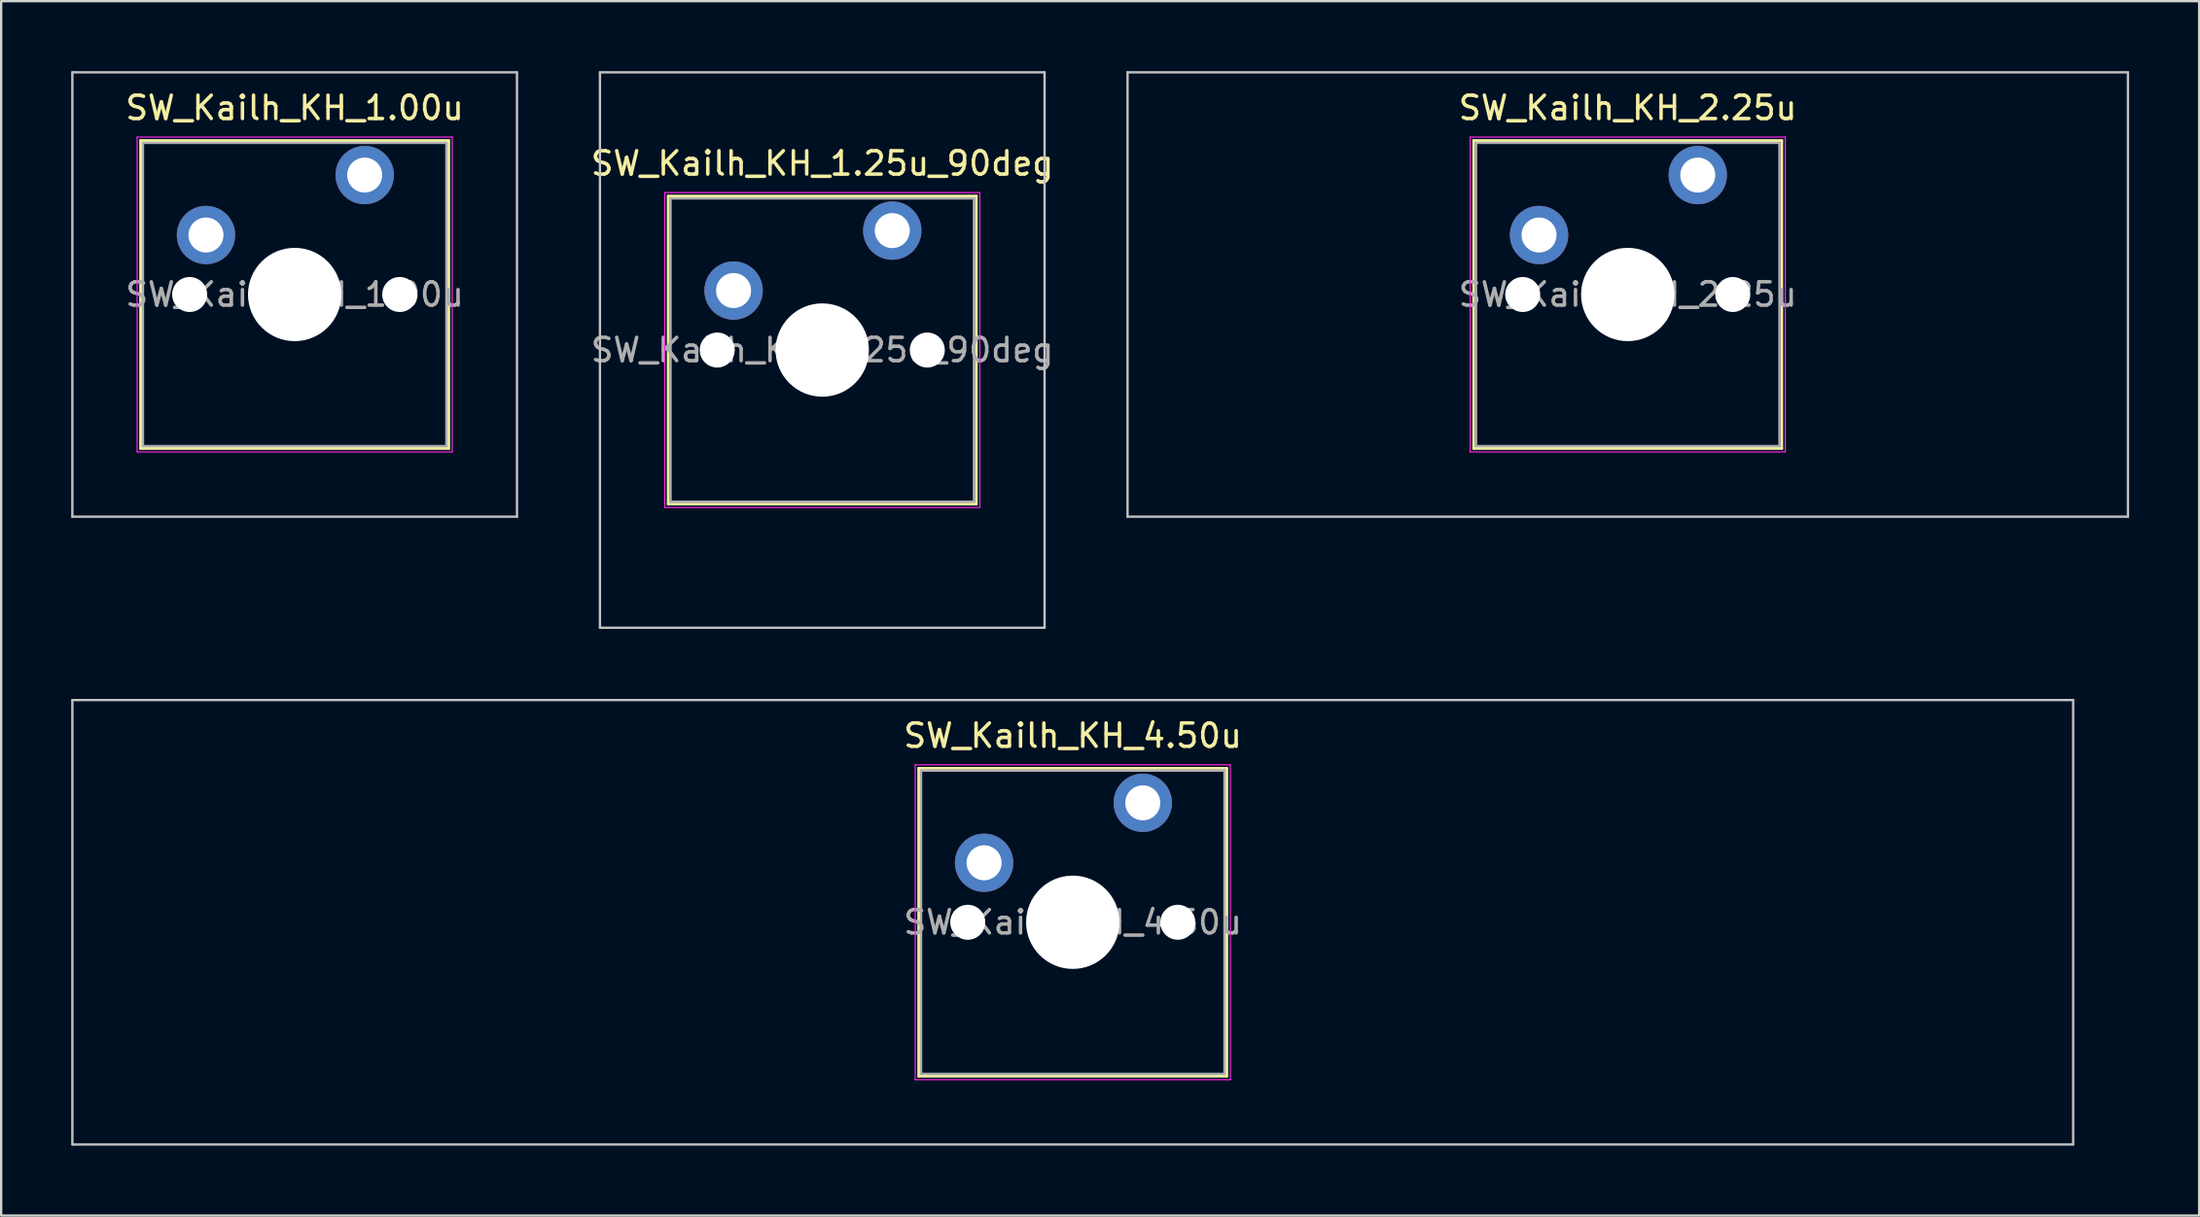
<source format=kicad_pcb>
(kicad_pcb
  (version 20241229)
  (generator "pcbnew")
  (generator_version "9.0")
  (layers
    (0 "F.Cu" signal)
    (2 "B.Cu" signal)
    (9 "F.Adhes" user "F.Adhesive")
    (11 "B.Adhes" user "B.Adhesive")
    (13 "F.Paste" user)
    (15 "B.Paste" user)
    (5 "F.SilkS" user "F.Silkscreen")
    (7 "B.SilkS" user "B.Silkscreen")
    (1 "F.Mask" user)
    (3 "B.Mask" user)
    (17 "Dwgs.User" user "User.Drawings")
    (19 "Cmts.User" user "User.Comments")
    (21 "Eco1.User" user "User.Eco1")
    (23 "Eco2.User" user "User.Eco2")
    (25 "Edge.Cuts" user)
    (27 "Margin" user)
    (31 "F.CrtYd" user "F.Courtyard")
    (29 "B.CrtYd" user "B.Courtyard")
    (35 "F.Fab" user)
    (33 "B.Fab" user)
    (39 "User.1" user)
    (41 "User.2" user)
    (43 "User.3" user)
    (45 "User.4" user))
  (footprint "SW_Kailh_KH_1.25u_90deg"
    (layer "F.Cu")
    (at 32.18 11.956)
    (property "Reference" "SW_Kailh_KH_1.25u_90deg" (at 0 -8 0) (layer "F.SilkS") (effects (font (size 1 1) (thickness 0.15))))
    (attr through_hole)
    (fp_line (start -6.6 -6.6) (end -6.6 6.6) (stroke (width 0.12) (type solid)) (layer "F.SilkS"))
    (fp_line (start -6.6 6.6) (end 6.6 6.6) (stroke (width 0.12) (type solid)) (layer "F.SilkS"))
    (fp_line (start 6.6 -6.6) (end -6.6 -6.6) (stroke (width 0.12) (type solid)) (layer "F.SilkS"))
    (fp_line (start 6.6 6.6) (end 6.6 -6.6) (stroke (width 0.12) (type solid)) (layer "F.SilkS"))
    (fp_line (start -9.525 -11.906) (end 9.525 -11.906) (stroke (width 0.1) (type solid)) (layer "Dwgs.User"))
    (fp_line (start -9.525 11.906) (end -9.525 -11.906) (stroke (width 0.1) (type solid)) (layer "Dwgs.User"))
    (fp_line (start 9.525 -11.906) (end 9.525 11.906) (stroke (width 0.1) (type solid)) (layer "Dwgs.User"))
    (fp_line (start 9.525 11.906) (end -9.525 11.906) (stroke (width 0.1) (type solid)) (layer "Dwgs.User"))
    (fp_line (start -6.1 -6.1) (end -6.1 6.1) (stroke (width 0.1) (type solid)) (layer "Eco1.User"))
    (fp_line (start -6.1 6.1) (end 6.1 6.1) (stroke (width 0.1) (type solid)) (layer "Eco1.User"))
    (fp_line (start 6.1 -6.1) (end -6.1 -6.1) (stroke (width 0.1) (type solid)) (layer "Eco1.User"))
    (fp_line (start 6.1 6.1) (end 6.1 -6.1) (stroke (width 0.1) (type solid)) (layer "Eco1.User"))
    (fp_line (start -6.75 -6.75) (end -6.75 6.75) (stroke (width 0.05) (type solid)) (layer "F.CrtYd"))
    (fp_line (start -6.75 6.75) (end 6.75 6.75) (stroke (width 0.05) (type solid)) (layer "F.CrtYd"))
    (fp_line (start 6.75 -6.75) (end -6.75 -6.75) (stroke (width 0.05) (type solid)) (layer "F.CrtYd"))
    (fp_line (start 6.75 6.75) (end 6.75 -6.75) (stroke (width 0.05) (type solid)) (layer "F.CrtYd"))
    (fp_line (start -6.5 -6.5) (end -6.5 6.5) (stroke (width 0.1) (type solid)) (layer "F.Fab"))
    (fp_line (start -6.5 6.5) (end 6.5 6.5) (stroke (width 0.1) (type solid)) (layer "F.Fab"))
    (fp_line (start 6.5 -6.5) (end -6.5 -6.5) (stroke (width 0.1) (type solid)) (layer "F.Fab"))
    (fp_line (start 6.5 6.5) (end 6.5 -6.5) (stroke (width 0.1) (type solid)) (layer "F.Fab"))
    (fp_text user "${REFERENCE}" (at 0 0 0) (layer "F.Fab") (effects (font (size 1 1) (thickness 0.15))))
    (pad "" np_thru_hole circle (at -4.5 0) (size 1.5 1.5) (drill 1.5) (layers "*.Cu" "*.Mask"))
    (pad "" np_thru_hole circle (at 0 0) (size 4 4) (drill 4) (layers "*.Cu" "*.Mask"))
    (pad "" np_thru_hole circle (at 4.5 0) (size 1.5 1.5) (drill 1.5) (layers "*.Cu" "*.Mask"))
    (pad "1" thru_hole circle (at -3.8 -2.55) (size 2.5 2.5) (drill 1.5) (layers "*.Cu" "*.Mask"))
    (pad "2" thru_hole circle (at 3 -5.12) (size 2.5 2.5) (drill 1.5) (layers "*.Cu" "*.Mask")))
  (footprint "SW_Kailh_KH_4.50u"
    (layer "F.Cu")
    (at 42.913 36.487)
    (property "Reference" "SW_Kailh_KH_4.50u" (at 0 -8 0) (layer "F.SilkS") (effects (font (size 1 1) (thickness 0.15))))
    (attr through_hole)
    (fp_line (start -6.6 -6.6) (end -6.6 6.6) (stroke (width 0.12) (type solid)) (layer "F.SilkS"))
    (fp_line (start -6.6 6.6) (end 6.6 6.6) (stroke (width 0.12) (type solid)) (layer "F.SilkS"))
    (fp_line (start 6.6 -6.6) (end -6.6 -6.6) (stroke (width 0.12) (type solid)) (layer "F.SilkS"))
    (fp_line (start 6.6 6.6) (end 6.6 -6.6) (stroke (width 0.12) (type solid)) (layer "F.SilkS"))
    (fp_line (start -42.862 -9.525) (end -42.862 9.525) (stroke (width 0.1) (type solid)) (layer "Dwgs.User"))
    (fp_line (start -42.862 9.525) (end 42.862 9.525) (stroke (width 0.1) (type solid)) (layer "Dwgs.User"))
    (fp_line (start 42.862 -9.525) (end -42.862 -9.525) (stroke (width 0.1) (type solid)) (layer "Dwgs.User"))
    (fp_line (start 42.862 9.525) (end 42.862 -9.525) (stroke (width 0.1) (type solid)) (layer "Dwgs.User"))
    (fp_line (start -6.1 -6.1) (end -6.1 6.1) (stroke (width 0.1) (type solid)) (layer "Eco1.User"))
    (fp_line (start -6.1 6.1) (end 6.1 6.1) (stroke (width 0.1) (type solid)) (layer "Eco1.User"))
    (fp_line (start 6.1 -6.1) (end -6.1 -6.1) (stroke (width 0.1) (type solid)) (layer "Eco1.User"))
    (fp_line (start 6.1 6.1) (end 6.1 -6.1) (stroke (width 0.1) (type solid)) (layer "Eco1.User"))
    (fp_line (start -6.75 -6.75) (end -6.75 6.75) (stroke (width 0.05) (type solid)) (layer "F.CrtYd"))
    (fp_line (start -6.75 6.75) (end 6.75 6.75) (stroke (width 0.05) (type solid)) (layer "F.CrtYd"))
    (fp_line (start 6.75 -6.75) (end -6.75 -6.75) (stroke (width 0.05) (type solid)) (layer "F.CrtYd"))
    (fp_line (start 6.75 6.75) (end 6.75 -6.75) (stroke (width 0.05) (type solid)) (layer "F.CrtYd"))
    (fp_line (start -6.5 -6.5) (end -6.5 6.5) (stroke (width 0.1) (type solid)) (layer "F.Fab"))
    (fp_line (start -6.5 6.5) (end 6.5 6.5) (stroke (width 0.1) (type solid)) (layer "F.Fab"))
    (fp_line (start 6.5 -6.5) (end -6.5 -6.5) (stroke (width 0.1) (type solid)) (layer "F.Fab"))
    (fp_line (start 6.5 6.5) (end 6.5 -6.5) (stroke (width 0.1) (type solid)) (layer "F.Fab"))
    (fp_text user "${REFERENCE}" (at 0 0 0) (layer "F.Fab") (effects (font (size 1 1) (thickness 0.15))))
    (pad "" np_thru_hole circle (at -4.5 0) (size 1.5 1.5) (drill 1.5) (layers "*.Cu" "*.Mask"))
    (pad "" np_thru_hole circle (at 0 0) (size 4 4) (drill 4) (layers "*.Cu" "*.Mask"))
    (pad "" np_thru_hole circle (at 4.5 0) (size 1.5 1.5) (drill 1.5) (layers "*.Cu" "*.Mask"))
    (pad "1" thru_hole circle (at -3.8 -2.55) (size 2.5 2.5) (drill 1.5) (layers "*.Cu" "*.Mask"))
    (pad "2" thru_hole circle (at 3 -5.12) (size 2.5 2.5) (drill 1.5) (layers "*.Cu" "*.Mask")))
  (footprint "SW_Kailh_KH_2.25u"
    (layer "F.Cu")
    (at 66.691 9.575)
    (property "Reference" "SW_Kailh_KH_2.25u" (at 0 -8 0) (layer "F.SilkS") (effects (font (size 1 1) (thickness 0.15))))
    (attr through_hole)
    (fp_line (start -6.6 -6.6) (end -6.6 6.6) (stroke (width 0.12) (type solid)) (layer "F.SilkS"))
    (fp_line (start -6.6 6.6) (end 6.6 6.6) (stroke (width 0.12) (type solid)) (layer "F.SilkS"))
    (fp_line (start 6.6 -6.6) (end -6.6 -6.6) (stroke (width 0.12) (type solid)) (layer "F.SilkS"))
    (fp_line (start 6.6 6.6) (end 6.6 -6.6) (stroke (width 0.12) (type solid)) (layer "F.SilkS"))
    (fp_line (start -21.431 -9.525) (end -21.431 9.525) (stroke (width 0.1) (type solid)) (layer "Dwgs.User"))
    (fp_line (start -21.431 9.525) (end 21.431 9.525) (stroke (width 0.1) (type solid)) (layer "Dwgs.User"))
    (fp_line (start 21.431 -9.525) (end -21.431 -9.525) (stroke (width 0.1) (type solid)) (layer "Dwgs.User"))
    (fp_line (start 21.431 9.525) (end 21.431 -9.525) (stroke (width 0.1) (type solid)) (layer "Dwgs.User"))
    (fp_line (start -6.1 -6.1) (end -6.1 6.1) (stroke (width 0.1) (type solid)) (layer "Eco1.User"))
    (fp_line (start -6.1 6.1) (end 6.1 6.1) (stroke (width 0.1) (type solid)) (layer "Eco1.User"))
    (fp_line (start 6.1 -6.1) (end -6.1 -6.1) (stroke (width 0.1) (type solid)) (layer "Eco1.User"))
    (fp_line (start 6.1 6.1) (end 6.1 -6.1) (stroke (width 0.1) (type solid)) (layer "Eco1.User"))
    (fp_line (start -6.75 -6.75) (end -6.75 6.75) (stroke (width 0.05) (type solid)) (layer "F.CrtYd"))
    (fp_line (start -6.75 6.75) (end 6.75 6.75) (stroke (width 0.05) (type solid)) (layer "F.CrtYd"))
    (fp_line (start 6.75 -6.75) (end -6.75 -6.75) (stroke (width 0.05) (type solid)) (layer "F.CrtYd"))
    (fp_line (start 6.75 6.75) (end 6.75 -6.75) (stroke (width 0.05) (type solid)) (layer "F.CrtYd"))
    (fp_line (start -6.5 -6.5) (end -6.5 6.5) (stroke (width 0.1) (type solid)) (layer "F.Fab"))
    (fp_line (start -6.5 6.5) (end 6.5 6.5) (stroke (width 0.1) (type solid)) (layer "F.Fab"))
    (fp_line (start 6.5 -6.5) (end -6.5 -6.5) (stroke (width 0.1) (type solid)) (layer "F.Fab"))
    (fp_line (start 6.5 6.5) (end 6.5 -6.5) (stroke (width 0.1) (type solid)) (layer "F.Fab"))
    (fp_text user "${REFERENCE}" (at 0 0 0) (layer "F.Fab") (effects (font (size 1 1) (thickness 0.15))))
    (pad "" np_thru_hole circle (at -4.5 0) (size 1.5 1.5) (drill 1.5) (layers "*.Cu" "*.Mask"))
    (pad "" np_thru_hole circle (at 0 0) (size 4 4) (drill 4) (layers "*.Cu" "*.Mask"))
    (pad "" np_thru_hole circle (at 4.5 0) (size 1.5 1.5) (drill 1.5) (layers "*.Cu" "*.Mask"))
    (pad "1" thru_hole circle (at -3.8 -2.55) (size 2.5 2.5) (drill 1.5) (layers "*.Cu" "*.Mask"))
    (pad "2" thru_hole circle (at 3 -5.12) (size 2.5 2.5) (drill 1.5) (layers "*.Cu" "*.Mask")))
  (footprint "SW_Kailh_KH_1.00u"
    (layer "F.Cu")
    (at 9.575 9.575)
    (property "Reference" "SW_Kailh_KH_1.00u" (at 0 -8 0) (layer "F.SilkS") (effects (font (size 1 1) (thickness 0.15))))
    (attr through_hole)
    (fp_line (start -6.6 -6.6) (end -6.6 6.6) (stroke (width 0.12) (type solid)) (layer "F.SilkS"))
    (fp_line (start -6.6 6.6) (end 6.6 6.6) (stroke (width 0.12) (type solid)) (layer "F.SilkS"))
    (fp_line (start 6.6 -6.6) (end -6.6 -6.6) (stroke (width 0.12) (type solid)) (layer "F.SilkS"))
    (fp_line (start 6.6 6.6) (end 6.6 -6.6) (stroke (width 0.12) (type solid)) (layer "F.SilkS"))
    (fp_line (start -9.525 -9.525) (end -9.525 9.525) (stroke (width 0.1) (type solid)) (layer "Dwgs.User"))
    (fp_line (start -9.525 9.525) (end 9.525 9.525) (stroke (width 0.1) (type solid)) (layer "Dwgs.User"))
    (fp_line (start 9.525 -9.525) (end -9.525 -9.525) (stroke (width 0.1) (type solid)) (layer "Dwgs.User"))
    (fp_line (start 9.525 9.525) (end 9.525 -9.525) (stroke (width 0.1) (type solid)) (layer "Dwgs.User"))
    (fp_line (start -6.1 -6.1) (end -6.1 6.1) (stroke (width 0.1) (type solid)) (layer "Eco1.User"))
    (fp_line (start -6.1 6.1) (end 6.1 6.1) (stroke (width 0.1) (type solid)) (layer "Eco1.User"))
    (fp_line (start 6.1 -6.1) (end -6.1 -6.1) (stroke (width 0.1) (type solid)) (layer "Eco1.User"))
    (fp_line (start 6.1 6.1) (end 6.1 -6.1) (stroke (width 0.1) (type solid)) (layer "Eco1.User"))
    (fp_line (start -6.75 -6.75) (end -6.75 6.75) (stroke (width 0.05) (type solid)) (layer "F.CrtYd"))
    (fp_line (start -6.75 6.75) (end 6.75 6.75) (stroke (width 0.05) (type solid)) (layer "F.CrtYd"))
    (fp_line (start 6.75 -6.75) (end -6.75 -6.75) (stroke (width 0.05) (type solid)) (layer "F.CrtYd"))
    (fp_line (start 6.75 6.75) (end 6.75 -6.75) (stroke (width 0.05) (type solid)) (layer "F.CrtYd"))
    (fp_line (start -6.5 -6.5) (end -6.5 6.5) (stroke (width 0.1) (type solid)) (layer "F.Fab"))
    (fp_line (start -6.5 6.5) (end 6.5 6.5) (stroke (width 0.1) (type solid)) (layer "F.Fab"))
    (fp_line (start 6.5 -6.5) (end -6.5 -6.5) (stroke (width 0.1) (type solid)) (layer "F.Fab"))
    (fp_line (start 6.5 6.5) (end 6.5 -6.5) (stroke (width 0.1) (type solid)) (layer "F.Fab"))
    (fp_text user "${REFERENCE}" (at 0 0 0) (layer "F.Fab") (effects (font (size 1 1) (thickness 0.15))))
    (pad "" np_thru_hole circle (at -4.5 0) (size 1.5 1.5) (drill 1.5) (layers "*.Cu" "*.Mask"))
    (pad "" np_thru_hole circle (at 0 0) (size 4 4) (drill 4) (layers "*.Cu" "*.Mask"))
    (pad "" np_thru_hole circle (at 4.5 0) (size 1.5 1.5) (drill 1.5) (layers "*.Cu" "*.Mask"))
    (pad "1" thru_hole circle (at -3.8 -2.55) (size 2.5 2.5) (drill 1.5) (layers "*.Cu" "*.Mask"))
    (pad "2" thru_hole circle (at 3 -5.12) (size 2.5 2.5) (drill 1.5) (layers "*.Cu" "*.Mask")))
  (gr_rect
    (start -3 -3)
    (end 91.172 49.062)
    (stroke (width 0.1) (type default))
    (fill no)
    (layer "Edge.Cuts")))
</source>
